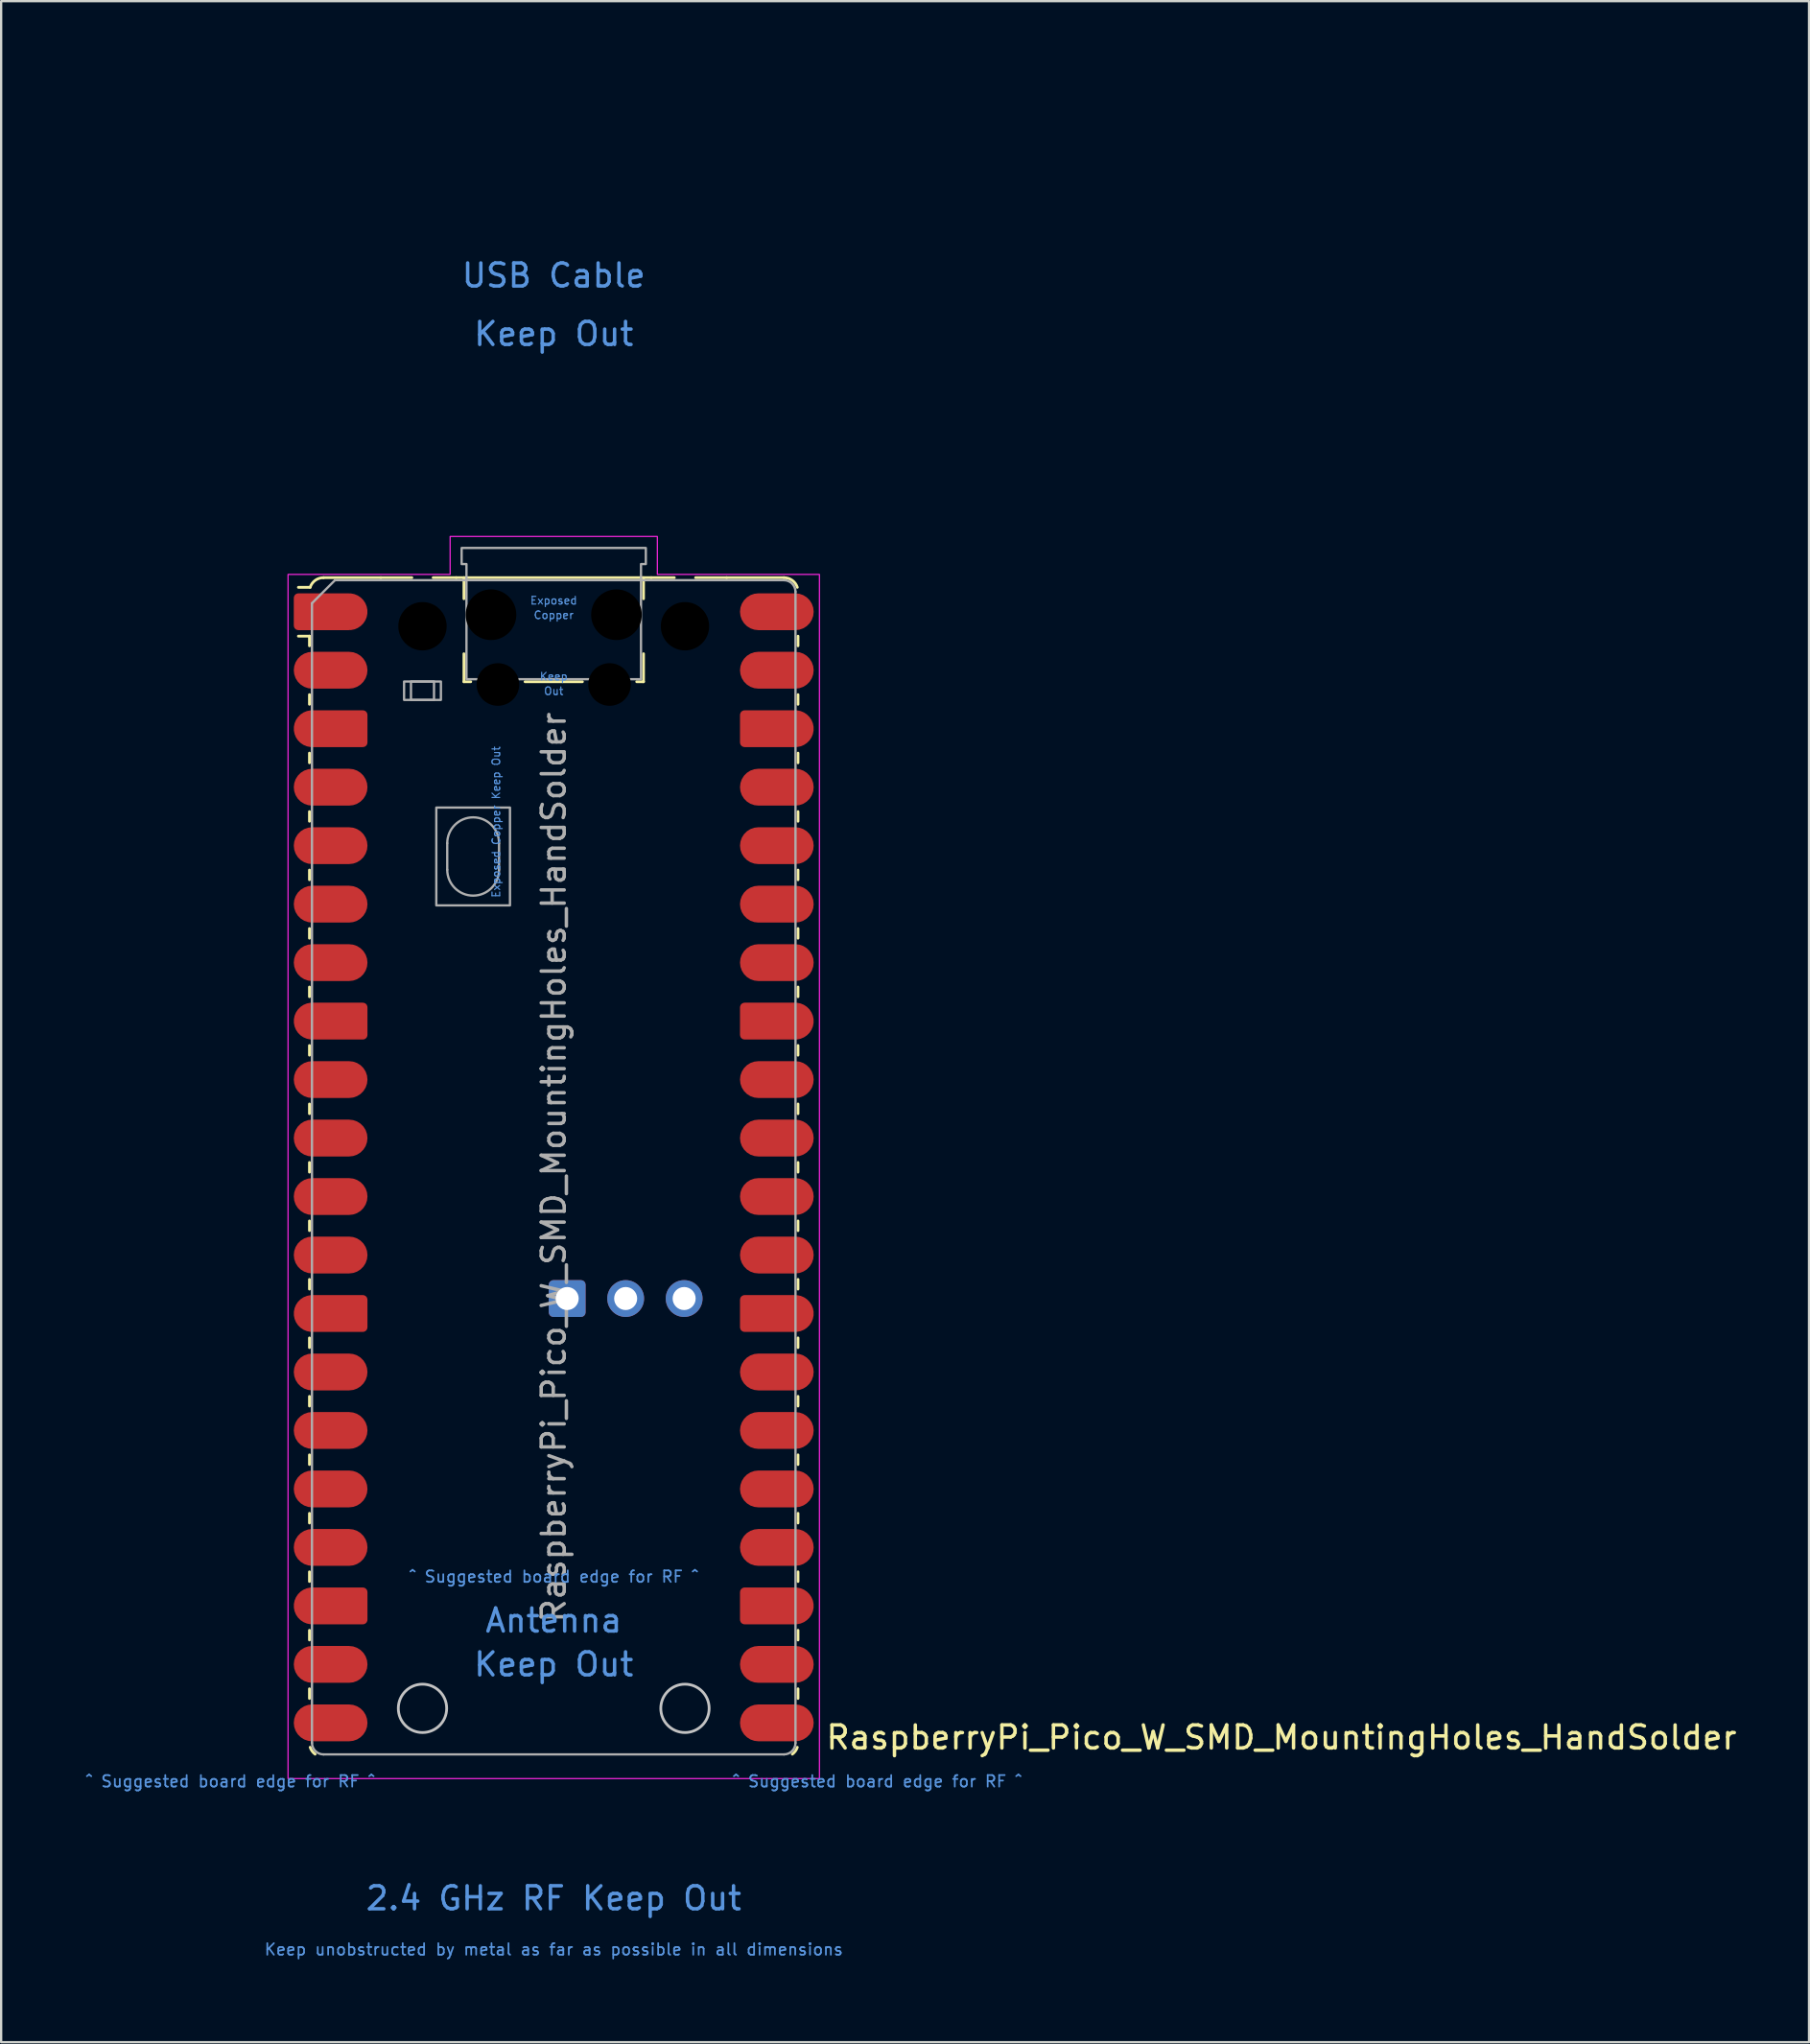
<source format=kicad_pcb>
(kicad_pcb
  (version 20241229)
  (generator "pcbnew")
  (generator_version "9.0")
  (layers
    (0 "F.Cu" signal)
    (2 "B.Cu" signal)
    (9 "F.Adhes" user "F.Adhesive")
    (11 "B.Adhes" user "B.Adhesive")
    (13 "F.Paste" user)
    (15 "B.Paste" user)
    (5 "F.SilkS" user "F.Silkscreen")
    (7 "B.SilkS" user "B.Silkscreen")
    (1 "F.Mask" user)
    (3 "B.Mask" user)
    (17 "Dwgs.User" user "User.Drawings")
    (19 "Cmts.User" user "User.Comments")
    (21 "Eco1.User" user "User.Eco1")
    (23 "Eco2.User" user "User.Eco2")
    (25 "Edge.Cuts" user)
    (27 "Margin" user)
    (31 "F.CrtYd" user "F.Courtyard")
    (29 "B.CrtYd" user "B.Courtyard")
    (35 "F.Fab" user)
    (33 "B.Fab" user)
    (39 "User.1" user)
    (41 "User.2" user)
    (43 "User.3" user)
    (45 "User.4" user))
  (footprint "RaspberryPi_Pico_W_SMD_MountingHoles_HandSolder"
    (layer "F.Cu")
    (at 21 47.65)
    (property "Reference" "RaspberryPi_Pico_W_SMD_MountingHoles_HandSolder" (at 11.748 24.765 0) (unlocked yes) (layer "F.SilkS") (effects (font (size 1 1) (thickness 0.15)) (justify left)))
    (attr smd)
    (fp_line (start -10.61 -23.07) (end -11.09 -23.07) (stroke (width 0.12) (type solid)) (layer "F.SilkS"))
    (fp_line (start -10.61 -23.07) (end -10.61 -22.65) (stroke (width 0.12) (type solid)) (layer "F.SilkS"))
    (fp_line (start -10.61 -20.53) (end -10.61 -20.11) (stroke (width 0.12) (type solid)) (layer "F.SilkS"))
    (fp_line (start -10.61 -17.99) (end -10.61 -17.57) (stroke (width 0.12) (type solid)) (layer "F.SilkS"))
    (fp_line (start -10.61 -15.45) (end -10.61 -15.03) (stroke (width 0.12) (type solid)) (layer "F.SilkS"))
    (fp_line (start -10.61 -12.91) (end -10.61 -12.49) (stroke (width 0.12) (type solid)) (layer "F.SilkS"))
    (fp_line (start -10.61 -10.37) (end -10.61 -9.95) (stroke (width 0.12) (type solid)) (layer "F.SilkS"))
    (fp_line (start -10.61 -7.83) (end -10.61 -7.41) (stroke (width 0.12) (type solid)) (layer "F.SilkS"))
    (fp_line (start -10.61 -5.29) (end -10.61 -4.87) (stroke (width 0.12) (type solid)) (layer "F.SilkS"))
    (fp_line (start -10.61 -2.75) (end -10.61 -2.33) (stroke (width 0.12) (type solid)) (layer "F.SilkS"))
    (fp_line (start -10.61 -0.21) (end -10.61 0.21) (stroke (width 0.12) (type solid)) (layer "F.SilkS"))
    (fp_line (start -10.61 2.33) (end -10.61 2.75) (stroke (width 0.12) (type solid)) (layer "F.SilkS"))
    (fp_line (start -10.61 4.87) (end -10.61 5.29) (stroke (width 0.12) (type solid)) (layer "F.SilkS"))
    (fp_line (start -10.61 7.41) (end -10.61 7.83) (stroke (width 0.12) (type solid)) (layer "F.SilkS"))
    (fp_line (start -10.61 9.95) (end -10.61 10.37) (stroke (width 0.12) (type solid)) (layer "F.SilkS"))
    (fp_line (start -10.61 12.49) (end -10.61 12.91) (stroke (width 0.12) (type solid)) (layer "F.SilkS"))
    (fp_line (start -10.61 15.03) (end -10.61 15.45) (stroke (width 0.12) (type solid)) (layer "F.SilkS"))
    (fp_line (start -10.61 17.57) (end -10.61 17.99) (stroke (width 0.12) (type solid)) (layer "F.SilkS"))
    (fp_line (start -10.61 20.11) (end -10.61 20.53) (stroke (width 0.12) (type solid)) (layer "F.SilkS"))
    (fp_line (start -10.61 22.65) (end -10.61 23.07) (stroke (width 0.12) (type solid)) (layer "F.SilkS"))
    (fp_line (start -10.58 -25.19) (end -11.09 -25.19) (stroke (width 0.12) (type solid)) (layer "F.SilkS"))
    (fp_line (start -10 -25.61) (end -7.51 -25.61) (stroke (width 0.12) (type solid)) (layer "F.SilkS"))
    (fp_line (start -7.51 -25.61) (end -6.162 -25.61) (stroke (width 0.12) (type solid)) (layer "F.SilkS"))
    (fp_line (start -5.238 -25.61) (end -4.235 -25.61) (stroke (width 0.12) (type solid)) (layer "F.SilkS"))
    (fp_line (start -4.235 -25.61) (end 4.235 -25.61) (stroke (width 0.12) (type solid)) (layer "F.SilkS"))
    (fp_line (start -3.9 -25.61) (end -3.9 -24.694) (stroke (width 0.12) (type solid)) (layer "F.SilkS"))
    (fp_line (start -3.9 -22.306) (end -3.9 -21.09) (stroke (width 0.12) (type solid)) (layer "F.SilkS"))
    (fp_line (start -3.9 -21.09) (end -3.604 -21.09) (stroke (width 0.12) (type solid)) (layer "F.SilkS"))
    (fp_line (start -1.246 -21.09) (end 1.246 -21.09) (stroke (width 0.12) (type solid)) (layer "F.SilkS"))
    (fp_line (start 3.604 -21.09) (end 3.9 -21.09) (stroke (width 0.12) (type solid)) (layer "F.SilkS"))
    (fp_line (start 3.9 -25.61) (end 3.9 -24.694) (stroke (width 0.12) (type solid)) (layer "F.SilkS"))
    (fp_line (start 3.9 -22.306) (end 3.9 -21.09) (stroke (width 0.12) (type solid)) (layer "F.SilkS"))
    (fp_line (start 4.235 -25.61) (end 5.238 -25.61) (stroke (width 0.12) (type solid)) (layer "F.SilkS"))
    (fp_line (start 6.162 -25.61) (end 7.51 -25.61) (stroke (width 0.12) (type solid)) (layer "F.SilkS"))
    (fp_line (start 10 -25.61) (end 7.51 -25.61) (stroke (width 0.12) (type solid)) (layer "F.SilkS"))
    (fp_line (start 10.61 -23.07) (end 10.61 -22.65) (stroke (width 0.12) (type solid)) (layer "F.SilkS"))
    (fp_line (start 10.61 -20.53) (end 10.61 -20.11) (stroke (width 0.12) (type solid)) (layer "F.SilkS"))
    (fp_line (start 10.61 -17.99) (end 10.61 -17.57) (stroke (width 0.12) (type solid)) (layer "F.SilkS"))
    (fp_line (start 10.61 -15.45) (end 10.61 -15.03) (stroke (width 0.12) (type solid)) (layer "F.SilkS"))
    (fp_line (start 10.61 -12.91) (end 10.61 -12.49) (stroke (width 0.12) (type solid)) (layer "F.SilkS"))
    (fp_line (start 10.61 -10.37) (end 10.61 -9.95) (stroke (width 0.12) (type solid)) (layer "F.SilkS"))
    (fp_line (start 10.61 -7.83) (end 10.61 -7.41) (stroke (width 0.12) (type solid)) (layer "F.SilkS"))
    (fp_line (start 10.61 -5.29) (end 10.61 -4.87) (stroke (width 0.12) (type solid)) (layer "F.SilkS"))
    (fp_line (start 10.61 -2.75) (end 10.61 -2.33) (stroke (width 0.12) (type solid)) (layer "F.SilkS"))
    (fp_line (start 10.61 -0.21) (end 10.61 0.21) (stroke (width 0.12) (type solid)) (layer "F.SilkS"))
    (fp_line (start 10.61 2.33) (end 10.61 2.75) (stroke (width 0.12) (type solid)) (layer "F.SilkS"))
    (fp_line (start 10.61 4.87) (end 10.61 5.29) (stroke (width 0.12) (type solid)) (layer "F.SilkS"))
    (fp_line (start 10.61 7.41) (end 10.61 7.83) (stroke (width 0.12) (type solid)) (layer "F.SilkS"))
    (fp_line (start 10.61 9.95) (end 10.61 10.37) (stroke (width 0.12) (type solid)) (layer "F.SilkS"))
    (fp_line (start 10.61 12.49) (end 10.61 12.91) (stroke (width 0.12) (type solid)) (layer "F.SilkS"))
    (fp_line (start 10.61 15.03) (end 10.61 15.45) (stroke (width 0.12) (type solid)) (layer "F.SilkS"))
    (fp_line (start 10.61 17.57) (end 10.61 17.99) (stroke (width 0.12) (type solid)) (layer "F.SilkS"))
    (fp_line (start 10.61 20.11) (end 10.61 20.53) (stroke (width 0.12) (type solid)) (layer "F.SilkS"))
    (fp_line (start 10.61 22.65) (end 10.61 23.07) (stroke (width 0.12) (type solid)) (layer "F.SilkS"))
    (fp_arc (start -10.579676 -25.19) (mid -10.357938 -25.493944) (end -10 -25.61) (stroke (width 0.12) (type solid)) (layer "F.SilkS"))
    (fp_arc (start -10.363318 25.49) (mid -10.494791 25.356765) (end -10.579676 25.189937) (stroke (width 0.12) (type solid)) (layer "F.SilkS"))
    (fp_arc (start 10 -25.61) (mid 10.357937 -25.493944) (end 10.579676 -25.189937) (stroke (width 0.12) (type solid)) (layer "F.SilkS"))
    (fp_arc (start 10.579676 25.189937) (mid 10.494803 25.356773) (end 10.363318 25.49) (stroke (width 0.12) (type solid)) (layer "F.SilkS"))
    (fp_circle (center -5.7 23.5) (end -4.65 23.5) (stroke (width 0.12) (type solid)) (fill no) (layer "Dwgs.User"))
    (fp_circle (center 5.7 23.5) (end 6.75 23.5) (stroke (width 0.12) (type solid)) (fill no) (layer "Dwgs.User"))
    (fp_poly (pts (xy -4.5 -27.4) (xy 4.5 -27.4) (xy 4.5 -25.75) (xy 11.54 -25.75) (xy 11.54 26.55) (xy -11.54 26.55) (xy -11.54 -25.75) (xy -4.5 -25.75)) (stroke (width 0.05) (type solid)) (fill no) (layer "F.CrtYd"))
    (fp_line (start -10.5 -24.5) (end -9.5 -25.5) (stroke (width 0.1) (type solid)) (layer "F.Fab"))
    (fp_line (start -10.5 25) (end -10.5 -24.5) (stroke (width 0.1) (type solid)) (layer "F.Fab"))
    (fp_line (start -9.5 -25.5) (end 10 -25.5) (stroke (width 0.1) (type solid)) (layer "F.Fab"))
    (fp_line (start -4.625 -14.075) (end -4.625 -12.925) (stroke (width 0.1) (type solid)) (layer "F.Fab"))
    (fp_line (start -2.375 -14.075) (end -2.375 -12.925) (stroke (width 0.1) (type solid)) (layer "F.Fab"))
    (fp_line (start 10 25.5) (end -10 25.5) (stroke (width 0.1) (type solid)) (layer "F.Fab"))
    (fp_line (start 10.5 -25) (end 10.5 25) (stroke (width 0.1) (type solid)) (layer "F.Fab"))
    (fp_rect (start -6.5 -21.1) (end -4.9 -20.3) (stroke (width 0.1) (type solid)) (fill no) (layer "F.Fab"))
    (fp_rect (start -6.2 -21.1) (end -5.2 -20.3) (stroke (width 0.1) (type solid)) (fill no) (layer "F.Fab"))
    (fp_rect (start -5.1 -15.625) (end -1.9 -11.375) (stroke (width 0.1) (type solid)) (fill no) (layer "F.Fab"))
    (fp_arc (start -10 25.5) (mid -10.353553 25.353553) (end -10.5 25) (stroke (width 0.1) (type solid)) (layer "F.Fab"))
    (fp_arc (start -4.625 -14.075) (mid -3.5 -15.2) (end -2.375 -14.075) (stroke (width 0.1) (type solid)) (layer "F.Fab"))
    (fp_arc (start -2.375 -12.925) (mid -3.5 -11.8) (end -4.625 -12.925) (stroke (width 0.1) (type solid)) (layer "F.Fab"))
    (fp_arc (start 10 -25.5) (mid 10.353553 -25.353553) (end 10.5 -25) (stroke (width 0.1) (type solid)) (layer "F.Fab"))
    (fp_arc (start 10.5 25) (mid 10.353553 25.353553) (end 10 25.5) (stroke (width 0.1) (type solid)) (layer "F.Fab"))
    (fp_poly (pts (xy 3.79 -21.2) (xy 3.79 -26.2) (xy 4 -26.2) (xy 4 -26.9) (xy -4 -26.9) (xy -4 -26.2) (xy -3.79 -26.2) (xy -3.79 -21.2)) (stroke (width 0.1) (type solid)) (fill no) (layer "F.Fab"))
    (fp_text user "Exposed" (at 0 -24.617 0) (unlocked yes) (layer "Cmts.User") (effects (font (size 0.333 0.333) (thickness 0.05))))
    (fp_text user "^ Suggested board edge for RF ^" (at 0 17.78 0) (unlocked yes) (layer "Cmts.User") (effects (font (size 0.5 0.5) (thickness 0.075))))
    (fp_text user "Copper" (at 0 -23.983 0) (unlocked yes) (layer "Cmts.User") (effects (font (size 0.333 0.333) (thickness 0.05))))
    (fp_text user "Keep Out" (at 0 -36.195 0) (unlocked yes) (layer "Cmts.User") (effects (font (size 1 1) (thickness 0.15))))
    (fp_text user "USB Cable" (at 0 -38.735 0) (unlocked yes) (layer "Cmts.User") (effects (font (size 1 1) (thickness 0.15))))
    (fp_text user "Keep Out" (at 0 21.59 0) (unlocked yes) (layer "Cmts.User") (effects (font (size 1 1) (thickness 0.15))))
    (fp_text user "Out" (at 0 -20.683 0) (unlocked yes) (layer "Cmts.User") (effects (font (size 0.333 0.333) (thickness 0.05))))
    (fp_text user "^ Suggested board edge for RF ^" (at -14.05 26.67 0) (unlocked yes) (layer "Cmts.User") (effects (font (size 0.5 0.5) (thickness 0.075))))
    (fp_text user "2.4 GHz RF Keep Out" (at 0 31.75 0) (unlocked yes) (layer "Cmts.User") (effects (font (size 1 1) (thickness 0.15))))
    (fp_text user "Keep" (at 0 -21.317 0) (unlocked yes) (layer "Cmts.User") (effects (font (size 0.333 0.333) (thickness 0.05))))
    (fp_text user "^ Suggested board edge for RF ^" (at 14.05 26.67 0) (unlocked yes) (layer "Cmts.User") (effects (font (size 0.5 0.5) (thickness 0.075))))
    (fp_text user "Exposed Copper Keep Out" (at -2.5 -15 90) (unlocked yes) (layer "Cmts.User") (effects (font (size 0.333 0.333) (thickness 0.05))))
    (fp_text user "Antenna" (at 0 19.685 0) (unlocked yes) (layer "Cmts.User") (effects (font (size 1 1) (thickness 0.15))))
    (fp_text user "Keep unobstructed by metal as far as possible in all dimensions" (at 0 33.972 0) (unlocked yes) (layer "Cmts.User") (effects (font (size 0.5 0.5) (thickness 0.075))))
    (fp_text user "${REFERENCE}" (at 0 0 90) (layer "F.Fab") (effects (font (size 1 1) (thickness 0.15))))
    (pad "" np_thru_hole circle (at -5.7 -23.5) (size 3.8 3.8) (drill 2.1) (layers "*.Mask"))
    (pad "" np_thru_hole circle (at -2.725 -24) (size 2.2 2.2) (drill 2.2) (layers "*.Mask"))
    (pad "" np_thru_hole circle (at -2.425 -20.97) (size 1.85 1.85) (drill 1.85) (layers "*.Mask"))
    (pad "" np_thru_hole circle (at 2.425 -20.97) (size 1.85 1.85) (drill 1.85) (layers "*.Mask"))
    (pad "" np_thru_hole circle (at 2.725 -24) (size 2.2 2.2) (drill 2.2) (layers "*.Mask"))
    (pad "" np_thru_hole circle (at 5.7 -23.5) (size 3.8 3.8) (drill 2.1) (layers "*.Mask"))
    (pad "1" smd custom (at -8.89 -24.13) (size 1.6 1.6) (layers "F.Cu" "F.Mask" "F.Paste") (options (anchor circle)) (primitives (gr_poly (pts (xy -2.4 0.6) (xy -2.4 -0.6) (xy -2.2 -0.8) (xy 0 -0.8) (xy 0 0.8) (xy -2.2 0.8)) (width 0) (fill yes)) (gr_circle (center -2.2 0.6) (end -2 0.6) (width 0) (fill yes)) (gr_circle (center -2.2 -0.6) (end -2 -0.6) (width 0) (fill yes))))
    (pad "2" smd roundrect (at -8.89 -21.59) (size 3.2 1.6) (drill (offset -0.8 0)) (layers "F.Cu" "F.Mask" "F.Paste") (roundrect_rratio 0.5))
    (pad "3" smd custom (at -8.89 -19.05) (size 1.6 1.6) (layers "F.Cu" "F.Mask" "F.Paste") (options (anchor circle)) (primitives (gr_poly (pts (xy 0.8 -0.6) (xy 0.8 0.6) (xy 0.6 0.8) (xy -1.6 0.8) (xy -1.6 -0.8) (xy 0.6 -0.8)) (width 0) (fill yes)) (gr_circle (center 0.6 0.6) (end 0.8 0.6) (width 0) (fill yes)) (gr_circle (center 0.6 -0.6) (end 0.8 -0.6) (width 0) (fill yes)) (gr_circle (center -1.6 0) (end -0.8 0) (width 0) (fill yes))))
    (pad "4" smd roundrect (at -8.89 -16.51) (size 3.2 1.6) (drill (offset -0.8 0)) (layers "F.Cu" "F.Mask" "F.Paste") (roundrect_rratio 0.5))
    (pad "5" smd roundrect (at -8.89 -13.97) (size 3.2 1.6) (drill (offset -0.8 0)) (layers "F.Cu" "F.Mask" "F.Paste") (roundrect_rratio 0.5))
    (pad "6" smd roundrect (at -8.89 -11.43) (size 3.2 1.6) (drill (offset -0.8 0)) (layers "F.Cu" "F.Mask" "F.Paste") (roundrect_rratio 0.5))
    (pad "7" smd roundrect (at -8.89 -8.89) (size 3.2 1.6) (drill (offset -0.8 0)) (layers "F.Cu" "F.Mask" "F.Paste") (roundrect_rratio 0.5))
    (pad "8" smd custom (at -8.89 -6.35) (size 1.6 1.6) (layers "F.Cu" "F.Mask" "F.Paste") (options (anchor circle)) (primitives (gr_poly (pts (xy 0.8 -0.6) (xy 0.8 0.6) (xy 0.6 0.8) (xy -1.6 0.8) (xy -1.6 -0.8) (xy 0.6 -0.8)) (width 0) (fill yes)) (gr_circle (center 0.6 0.6) (end 0.8 0.6) (width 0) (fill yes)) (gr_circle (center 0.6 -0.6) (end 0.8 -0.6) (width 0) (fill yes)) (gr_circle (center -1.6 0) (end -0.8 0) (width 0) (fill yes))))
    (pad "9" smd roundrect (at -8.89 -3.81) (size 3.2 1.6) (drill (offset -0.8 0)) (layers "F.Cu" "F.Mask" "F.Paste") (roundrect_rratio 0.5))
    (pad "10" smd roundrect (at -8.89 -1.27) (size 3.2 1.6) (drill (offset -0.8 0)) (layers "F.Cu" "F.Mask" "F.Paste") (roundrect_rratio 0.5))
    (pad "11" smd roundrect (at -8.89 1.27) (size 3.2 1.6) (drill (offset -0.8 0)) (layers "F.Cu" "F.Mask" "F.Paste") (roundrect_rratio 0.5))
    (pad "12" smd roundrect (at -8.89 3.81) (size 3.2 1.6) (drill (offset -0.8 0)) (layers "F.Cu" "F.Mask" "F.Paste") (roundrect_rratio 0.5))
    (pad "13" smd custom (at -8.89 6.35) (size 1.6 1.6) (layers "F.Cu" "F.Mask" "F.Paste") (options (anchor circle)) (primitives (gr_poly (pts (xy 0.8 -0.6) (xy 0.8 0.6) (xy 0.6 0.8) (xy -1.6 0.8) (xy -1.6 -0.8) (xy 0.6 -0.8)) (width 0) (fill yes)) (gr_circle (center 0.6 0.6) (end 0.8 0.6) (width 0) (fill yes)) (gr_circle (center 0.6 -0.6) (end 0.8 -0.6) (width 0) (fill yes)) (gr_circle (center -1.6 0) (end -0.8 0) (width 0) (fill yes))))
    (pad "14" smd roundrect (at -8.89 8.89) (size 3.2 1.6) (drill (offset -0.8 0)) (layers "F.Cu" "F.Mask" "F.Paste") (roundrect_rratio 0.5))
    (pad "15" smd roundrect (at -8.89 11.43) (size 3.2 1.6) (drill (offset -0.8 0)) (layers "F.Cu" "F.Mask" "F.Paste") (roundrect_rratio 0.5))
    (pad "16" smd roundrect (at -8.89 13.97) (size 3.2 1.6) (drill (offset -0.8 0)) (layers "F.Cu" "F.Mask" "F.Paste") (roundrect_rratio 0.5))
    (pad "17" smd roundrect (at -8.89 16.51) (size 3.2 1.6) (drill (offset -0.8 0)) (layers "F.Cu" "F.Mask" "F.Paste") (roundrect_rratio 0.5))
    (pad "18" smd custom (at -8.89 19.05) (size 1.6 1.6) (layers "F.Cu" "F.Mask" "F.Paste") (options (anchor circle)) (primitives (gr_poly (pts (xy 0.8 -0.6) (xy 0.8 0.6) (xy 0.6 0.8) (xy -1.6 0.8) (xy -1.6 -0.8) (xy 0.6 -0.8)) (width 0) (fill yes)) (gr_circle (center 0.6 0.6) (end 0.8 0.6) (width 0) (fill yes)) (gr_circle (center 0.6 -0.6) (end 0.8 -0.6) (width 0) (fill yes)) (gr_circle (center -1.6 0) (end -0.8 0) (width 0) (fill yes))))
    (pad "19" smd roundrect (at -8.89 21.59) (size 3.2 1.6) (drill (offset -0.8 0)) (layers "F.Cu" "F.Mask" "F.Paste") (roundrect_rratio 0.5))
    (pad "20" smd roundrect (at -8.89 24.13) (size 3.2 1.6) (drill (offset -0.8 0)) (layers "F.Cu" "F.Mask" "F.Paste") (roundrect_rratio 0.5))
    (pad "21" smd roundrect (at 8.89 24.13) (size 3.2 1.6) (drill (offset 0.8 0)) (layers "F.Cu" "F.Mask" "F.Paste") (roundrect_rratio 0.5))
    (pad "22" smd roundrect (at 8.89 21.59) (size 3.2 1.6) (drill (offset 0.8 0)) (layers "F.Cu" "F.Mask" "F.Paste") (roundrect_rratio 0.5))
    (pad "23" smd custom (at 8.89 19.05) (size 1.6 1.6) (layers "F.Cu" "F.Mask" "F.Paste") (options (anchor circle)) (primitives (gr_poly (pts (xy -0.8 -0.6) (xy -0.8 0.6) (xy -0.6 0.8) (xy 1.6 0.8) (xy 1.6 -0.8) (xy -0.6 -0.8)) (width 0) (fill yes)) (gr_circle (center -0.6 0.6) (end -0.4 0.6) (width 0) (fill yes)) (gr_circle (center -0.6 -0.6) (end -0.4 -0.6) (width 0) (fill yes)) (gr_circle (center 1.6 0) (end 2.4 0) (width 0) (fill yes))))
    (pad "24" smd roundrect (at 8.89 16.51) (size 3.2 1.6) (drill (offset 0.8 0)) (layers "F.Cu" "F.Mask" "F.Paste") (roundrect_rratio 0.5))
    (pad "25" smd roundrect (at 8.89 13.97) (size 3.2 1.6) (drill (offset 0.8 0)) (layers "F.Cu" "F.Mask" "F.Paste") (roundrect_rratio 0.5))
    (pad "26" smd roundrect (at 8.89 11.43) (size 3.2 1.6) (drill (offset 0.8 0)) (layers "F.Cu" "F.Mask" "F.Paste") (roundrect_rratio 0.5))
    (pad "27" smd roundrect (at 8.89 8.89) (size 3.2 1.6) (drill (offset 0.8 0)) (layers "F.Cu" "F.Mask" "F.Paste") (roundrect_rratio 0.5))
    (pad "28" smd custom (at 8.89 6.35) (size 1.6 1.6) (layers "F.Cu" "F.Mask" "F.Paste") (options (anchor circle)) (primitives (gr_poly (pts (xy -0.8 -0.6) (xy -0.8 0.6) (xy -0.6 0.8) (xy 1.6 0.8) (xy 1.6 -0.8) (xy -0.6 -0.8)) (width 0) (fill yes)) (gr_circle (center -0.6 0.6) (end -0.4 0.6) (width 0) (fill yes)) (gr_circle (center -0.6 -0.6) (end -0.4 -0.6) (width 0) (fill yes)) (gr_circle (center 1.6 0) (end 2.4 0) (width 0) (fill yes))))
    (pad "29" smd roundrect (at 8.89 3.81) (size 3.2 1.6) (drill (offset 0.8 0)) (layers "F.Cu" "F.Mask" "F.Paste") (roundrect_rratio 0.5))
    (pad "30" smd roundrect (at 8.89 1.27) (size 3.2 1.6) (drill (offset 0.8 0)) (layers "F.Cu" "F.Mask" "F.Paste") (roundrect_rratio 0.5))
    (pad "31" smd roundrect (at 8.89 -1.27) (size 3.2 1.6) (drill (offset 0.8 0)) (layers "F.Cu" "F.Mask" "F.Paste") (roundrect_rratio 0.5))
    (pad "32" smd roundrect (at 8.89 -3.81) (size 3.2 1.6) (drill (offset 0.8 0)) (layers "F.Cu" "F.Mask" "F.Paste") (roundrect_rratio 0.5))
    (pad "33" smd custom (at 8.89 -6.35) (size 1.6 1.6) (layers "F.Cu" "F.Mask" "F.Paste") (options (anchor circle)) (primitives (gr_poly (pts (xy -0.8 -0.6) (xy -0.8 0.6) (xy -0.6 0.8) (xy 1.6 0.8) (xy 1.6 -0.8) (xy -0.6 -0.8)) (width 0) (fill yes)) (gr_circle (center -0.6 0.6) (end -0.4 0.6) (width 0) (fill yes)) (gr_circle (center -0.6 -0.6) (end -0.4 -0.6) (width 0) (fill yes)) (gr_circle (center 1.6 0) (end 2.4 0) (width 0) (fill yes))))
    (pad "34" smd roundrect (at 8.89 -8.89) (size 3.2 1.6) (drill (offset 0.8 0)) (layers "F.Cu" "F.Mask" "F.Paste") (roundrect_rratio 0.5))
    (pad "35" smd roundrect (at 8.89 -11.43) (size 3.2 1.6) (drill (offset 0.8 0)) (layers "F.Cu" "F.Mask" "F.Paste") (roundrect_rratio 0.5))
    (pad "36" smd roundrect (at 8.89 -13.97) (size 3.2 1.6) (drill (offset 0.8 0)) (layers "F.Cu" "F.Mask" "F.Paste") (roundrect_rratio 0.5))
    (pad "37" smd roundrect (at 8.89 -16.51) (size 3.2 1.6) (drill (offset 0.8 0)) (layers "F.Cu" "F.Mask" "F.Paste") (roundrect_rratio 0.5))
    (pad "38" smd custom (at 8.89 -19.05) (size 1.6 1.6) (layers "F.Cu" "F.Mask" "F.Paste") (options (anchor circle)) (primitives (gr_poly (pts (xy -0.8 -0.6) (xy -0.8 0.6) (xy -0.6 0.8) (xy 1.6 0.8) (xy 1.6 -0.8) (xy -0.6 -0.8)) (width 0) (fill yes)) (gr_circle (center -0.6 0.6) (end -0.4 0.6) (width 0) (fill yes)) (gr_circle (center -0.6 -0.6) (end -0.4 -0.6) (width 0) (fill yes)) (gr_circle (center 1.6 0) (end 2.4 0) (width 0) (fill yes))))
    (pad "39" smd roundrect (at 8.89 -21.59) (size 3.2 1.6) (drill (offset 0.8 0)) (layers "F.Cu" "F.Mask" "F.Paste") (roundrect_rratio 0.5))
    (pad "40" smd roundrect (at 8.89 -24.13) (size 3.2 1.6) (drill (offset 0.8 0)) (layers "F.Cu" "F.Mask" "F.Paste") (roundrect_rratio 0.5))
    (pad "D1" thru_hole roundrect (at 0.584 5.7) (size 1.6 1.6) (drill 1) (layers "*.Cu" "*.Mask") (roundrect_rratio 0.125))
    (pad "D2" thru_hole circle (at 3.124 5.7) (size 1.6 1.6) (drill 1) (layers "*.Cu" "*.Mask"))
    (pad "D3" thru_hole circle (at 5.664 5.7) (size 1.6 1.6) (drill 1) (layers "*.Cu" "*.Mask"))
    (zone (net_name "") (layers "F.Cu" "B.Cu" "F.Paste" "B.Paste") (name "RF Copper Keep Out") (hatch full 0.5) (connect_pads) (min_thickness 0.254) (filled_areas_thickness no) (keepout (tracks not_allowed) (vias not_allowed) (pads not_allowed) (copperpour not_allowed) (footprints not_allowed)) (placement (enabled no)) (fill) (polygon (pts (xy 0 72.65) (xy 42 72.65) (xy 42 82.65) (xy 0 82.65))))
    (zone (net_name "") (layers "F.Cu" "B.Cu" "F.Paste" "B.Paste") (name "Antenna Copper Keep Out") (hatch full 0.5) (connect_pads) (min_thickness 0.254) (filled_areas_thickness no) (keepout (tracks not_allowed) (vias not_allowed) (pads not_allowed) (copperpour not_allowed) (footprints not_allowed)) (placement (enabled no)) (fill) (polygon (pts (xy 18.6 72.64) (xy 13.9 68.99) (xy 13.9 64.65) (xy 28.1 64.65) (xy 28.1 68.99) (xy 23.4 72.64) (xy 23.4 72.65) (xy 18.6 72.65))))
    (zone (net_name "") (layers "F.Cu" "F.Paste") (name "Pad Keep Out TP4") (hatch full 0.5) (connect_pads) (min_thickness 0.25) (filled_areas_thickness no) (keepout (tracks not_allowed) (vias not_allowed) (pads not_allowed) (copperpour not_allowed) (footprints allowed)) (placement (enabled no)) (fill) (polygon (pts (xy 17.984 31.098) (xy 17.858 31.064) (xy 17.744 30.998) (xy 17.652 30.906) (xy 17.586 30.792) (xy 17.552 30.666) (xy 17.55 30.6) (xy 17.55 30.15) (xy 19.45 30.15) (xy 19.45 30.6) (xy 19.448 30.666) (xy 19.414 30.792) (xy 19.348 30.906) (xy 19.256 30.998) (xy 19.142 31.064) (xy 19.016 31.098) (xy 18.95 31.1) (xy 18.05 31.1))))
    (zone (net_name "") (layers "F.Cu" "F.Paste") (name "Pad Keep Out TP5") (hatch full 0.5) (connect_pads) (min_thickness 0.25) (filled_areas_thickness no) (keepout (tracks not_allowed) (vias not_allowed) (pads not_allowed) (copperpour not_allowed) (footprints allowed)) (placement (enabled no)) (fill) (polygon (pts (xy 17.984 33.598) (xy 17.858 33.564) (xy 17.744 33.498) (xy 17.652 33.406) (xy 17.586 33.292) (xy 17.552 33.166) (xy 17.55 33.1) (xy 17.55 32.65) (xy 19.45 32.65) (xy 19.45 33.1) (xy 19.448 33.166) (xy 19.414 33.292) (xy 19.348 33.406) (xy 19.256 33.498) (xy 19.142 33.564) (xy 19.016 33.598) (xy 18.95 33.6) (xy 18.05 33.6))))
    (zone (net_name "") (layers "F.Cu" "F.Paste") (name "Pad Keep Out TP6") (hatch full 0.5) (connect_pads) (min_thickness 0.25) (filled_areas_thickness no) (keepout (tracks not_allowed) (vias not_allowed) (pads not_allowed) (copperpour not_allowed) (footprints allowed)) (placement (enabled no)) (fill) (polygon (pts (xy 17.984 36.098) (xy 17.858 36.064) (xy 17.744 35.998) (xy 17.652 35.906) (xy 17.586 35.792) (xy 17.552 35.666) (xy 17.55 35.6) (xy 17.55 35.15) (xy 19.45 35.15) (xy 19.45 35.6) (xy 19.448 35.666) (xy 19.414 35.792) (xy 19.348 35.906) (xy 19.256 35.998) (xy 19.142 36.064) (xy 19.016 36.098) (xy 18.95 36.1) (xy 18.05 36.1))))
    (zone (net_name "") (layers "F.Cu" "F.Paste") (name "Pad Keep Out TP3") (hatch full 0.5) (connect_pads) (min_thickness 0.25) (filled_areas_thickness no) (keepout (tracks not_allowed) (vias not_allowed) (pads not_allowed) (copperpour not_allowed) (footprints allowed)) (placement (enabled no)) (fill) (polygon (pts (xy 19.052 22.834) (xy 19.086 22.708) (xy 19.152 22.594) (xy 19.244 22.502) (xy 19.358 22.436) (xy 19.484 22.402) (xy 19.55 22.4) (xy 20 22.4) (xy 20 24.3) (xy 19.55 24.3) (xy 19.484 24.298) (xy 19.358 24.264) (xy 19.244 24.198) (xy 19.152 24.106) (xy 19.086 23.992) (xy 19.052 23.866) (xy 19.05 23.8) (xy 19.05 22.9))))
    (zone (net_name "") (layers "F.Cu" "F.Paste") (name "Pad Keep Out TP4") (hatch full 0.5) (connect_pads) (min_thickness 0.25) (filled_areas_thickness no) (keepout (tracks not_allowed) (vias not_allowed) (pads not_allowed) (copperpour not_allowed) (footprints allowed)) (placement (enabled no)) (fill) (polygon (pts (xy 19.45 30.15) (xy 19.45 29.7) (xy 19.448 29.634) (xy 19.414 29.508) (xy 19.348 29.394) (xy 19.256 29.302) (xy 19.142 29.236) (xy 19.016 29.202) (xy 18.95 29.2) (xy 18.05 29.2) (xy 17.984 29.202) (xy 17.858 29.236) (xy 17.744 29.302) (xy 17.652 29.394) (xy 17.586 29.508) (xy 17.552 29.634) (xy 17.55 29.7) (xy 17.55 30.15))))
    (zone (net_name "") (layers "F.Cu" "F.Paste") (name "Pad Keep Out TP5") (hatch full 0.5) (connect_pads) (min_thickness 0.25) (filled_areas_thickness no) (keepout (tracks not_allowed) (vias not_allowed) (pads not_allowed) (copperpour not_allowed) (footprints allowed)) (placement (enabled no)) (fill) (polygon (pts (xy 19.45 32.65) (xy 19.45 32.2) (xy 19.448 32.134) (xy 19.414 32.008) (xy 19.348 31.894) (xy 19.256 31.802) (xy 19.142 31.736) (xy 19.016 31.702) (xy 18.95 31.7) (xy 18.05 31.7) (xy 17.984 31.702) (xy 17.858 31.736) (xy 17.744 31.802) (xy 17.652 31.894) (xy 17.586 32.008) (xy 17.552 32.134) (xy 17.55 32.2) (xy 17.55 32.65))))
    (zone (net_name "") (layers "F.Cu" "F.Paste") (name "Pad Keep Out TP6") (hatch full 0.5) (connect_pads) (min_thickness 0.25) (filled_areas_thickness no) (keepout (tracks not_allowed) (vias not_allowed) (pads not_allowed) (copperpour not_allowed) (footprints allowed)) (placement (enabled no)) (fill) (polygon (pts (xy 19.45 35.15) (xy 19.45 34.7) (xy 19.448 34.634) (xy 19.414 34.508) (xy 19.348 34.394) (xy 19.256 34.302) (xy 19.142 34.236) (xy 19.016 34.202) (xy 18.95 34.2) (xy 18.05 34.2) (xy 17.984 34.202) (xy 17.858 34.236) (xy 17.744 34.302) (xy 17.652 34.394) (xy 17.586 34.508) (xy 17.552 34.634) (xy 17.55 34.7) (xy 17.55 35.15))))
    (zone (net_name "") (layers "F.Cu" "F.Paste") (name "Pad Keep Out TP3") (hatch full 0.5) (connect_pads) (min_thickness 0.25) (filled_areas_thickness no) (keepout (tracks not_allowed) (vias not_allowed) (pads not_allowed) (copperpour not_allowed) (footprints allowed)) (placement (enabled no)) (fill) (polygon (pts (xy 20 24.3) (xy 20.45 24.3) (xy 20.516 24.298) (xy 20.642 24.264) (xy 20.756 24.198) (xy 20.848 24.106) (xy 20.914 23.992) (xy 20.948 23.866) (xy 20.95 23.8) (xy 20.95 22.9) (xy 20.948 22.834) (xy 20.914 22.708) (xy 20.848 22.594) (xy 20.756 22.502) (xy 20.642 22.436) (xy 20.516 22.402) (xy 20.45 22.4) (xy 20 22.4))))
    (zone (net_name "") (layers "F.Cu" "F.Paste") (name "Pad Keep Out TP1") (hatch full 0.5) (connect_pads) (min_thickness 0.25) (filled_areas_thickness no) (keepout (tracks not_allowed) (vias not_allowed) (pads not_allowed) (copperpour not_allowed) (footprints allowed)) (placement (enabled no)) (fill) (polygon (pts (xy 20.052 26.134) (xy 20.086 26.008) (xy 20.152 25.894) (xy 20.244 25.802) (xy 20.358 25.736) (xy 20.484 25.702) (xy 20.55 25.7) (xy 21 25.7) (xy 21 27.6) (xy 20.55 27.6) (xy 20.484 27.598) (xy 20.358 27.564) (xy 20.244 27.498) (xy 20.152 27.406) (xy 20.086 27.292) (xy 20.052 27.166) (xy 20.05 27.1) (xy 20.05 26.2))))
    (zone (net_name "") (layers "F.Cu" "F.Paste") (name "Pad Keep Out TP1") (hatch full 0.5) (connect_pads) (min_thickness 0.25) (filled_areas_thickness no) (keepout (tracks not_allowed) (vias not_allowed) (pads not_allowed) (copperpour not_allowed) (footprints allowed)) (placement (enabled no)) (fill) (polygon (pts (xy 21 27.6) (xy 21.45 27.6) (xy 21.516 27.598) (xy 21.642 27.564) (xy 21.756 27.498) (xy 21.848 27.406) (xy 21.914 27.292) (xy 21.948 27.166) (xy 21.95 27.1) (xy 21.95 26.2) (xy 21.948 26.134) (xy 21.914 26.008) (xy 21.848 25.894) (xy 21.756 25.802) (xy 21.642 25.736) (xy 21.516 25.702) (xy 21.45 25.7) (xy 21 25.7))))
    (zone (net_name "") (layers "F.Cu" "F.Paste") (name "Pad Keep Out TP2") (hatch full 0.5) (connect_pads) (min_thickness 0.25) (filled_areas_thickness no) (keepout (tracks not_allowed) (vias not_allowed) (pads not_allowed) (copperpour not_allowed) (footprints allowed)) (placement (enabled no)) (fill) (polygon (pts (xy 21.052 22.849) (xy 21.086 22.723) (xy 21.152 22.609) (xy 21.244 22.517) (xy 21.358 22.451) (xy 21.484 22.417) (xy 21.55 22.415) (xy 22 22.415) (xy 22 24.315) (xy 21.55 24.315) (xy 21.484 24.313) (xy 21.358 24.279) (xy 21.244 24.213) (xy 21.152 24.121) (xy 21.086 24.007) (xy 21.052 23.881) (xy 21.05 23.815) (xy 21.05 22.915))))
    (zone (net_name "") (layers "F.Cu" "F.Paste") (name "Pad Keep Out TP2") (hatch full 0.5) (connect_pads) (min_thickness 0.25) (filled_areas_thickness no) (keepout (tracks not_allowed) (vias not_allowed) (pads not_allowed) (copperpour not_allowed) (footprints allowed)) (placement (enabled no)) (fill) (polygon (pts (xy 22 24.315) (xy 22.45 24.315) (xy 22.516 24.313) (xy 22.642 24.279) (xy 22.756 24.213) (xy 22.848 24.121) (xy 22.914 24.007) (xy 22.948 23.881) (xy 22.95 23.815) (xy 22.95 22.915) (xy 22.948 22.849) (xy 22.914 22.723) (xy 22.848 22.609) (xy 22.756 22.517) (xy 22.642 22.451) (xy 22.516 22.417) (xy 22.45 22.415) (xy 22 22.415))))
    (zone (net_name "") (layer "Edge.Cuts") (name "Board Keep Out USB Cable") (hatch edge 0.5) (connect_pads) (min_thickness 0.254) (filled_areas_thickness no) (keepout (tracks allowed) (vias allowed) (pads allowed) (copperpour allowed) (footprints allowed)) (placement (enabled no)) (fill) (polygon (pts (xy 14.8 0) (xy 27.2 0) (xy 27.2 20.4) (xy 14.8 20.4))))
    (zone (net_name "") (layer "Edge.Cuts") (name "Board Keep Out Suggestion RF") (hatch edge 0.5) (connect_pads) (min_thickness 0.254) (filled_areas_thickness no) (keepout (tracks allowed) (vias allowed) (pads allowed) (copperpour allowed) (footprints allowed)) (placement (enabled no)) (fill) (polygon (pts (xy 28.1 73.65) (xy 42 73.65) (xy 42 82.65) (xy 0 82.65) (xy 0 73.65) (xy 13.9 73.65) (xy 13.9 64.65) (xy 28.1 64.65))))
    (zone (net_name "") (layer "F.CrtYd") (name "USB Cable Keep Out") (hatch full 0.5) (connect_pads) (min_thickness 0.254) (filled_areas_thickness no) (keepout (tracks allowed) (vias allowed) (pads allowed) (copperpour allowed) (footprints not_allowed)) (placement (enabled no)) (fill) (polygon (pts (xy 15.25 19.95) (xy 17.06 19.95) (xy 17.06 20.25) (xy 24.94 20.25) (xy 24.94 19.95) (xy 26.75 19.95) (xy 26.75 0.45) (xy 15.25 0.45)))))
  (gr_rect
    (start -3 -3)
    (end 75.521 85.65)
    (stroke (width 0.1) (type default))
    (fill no)
    (layer "Edge.Cuts")))
</source>
